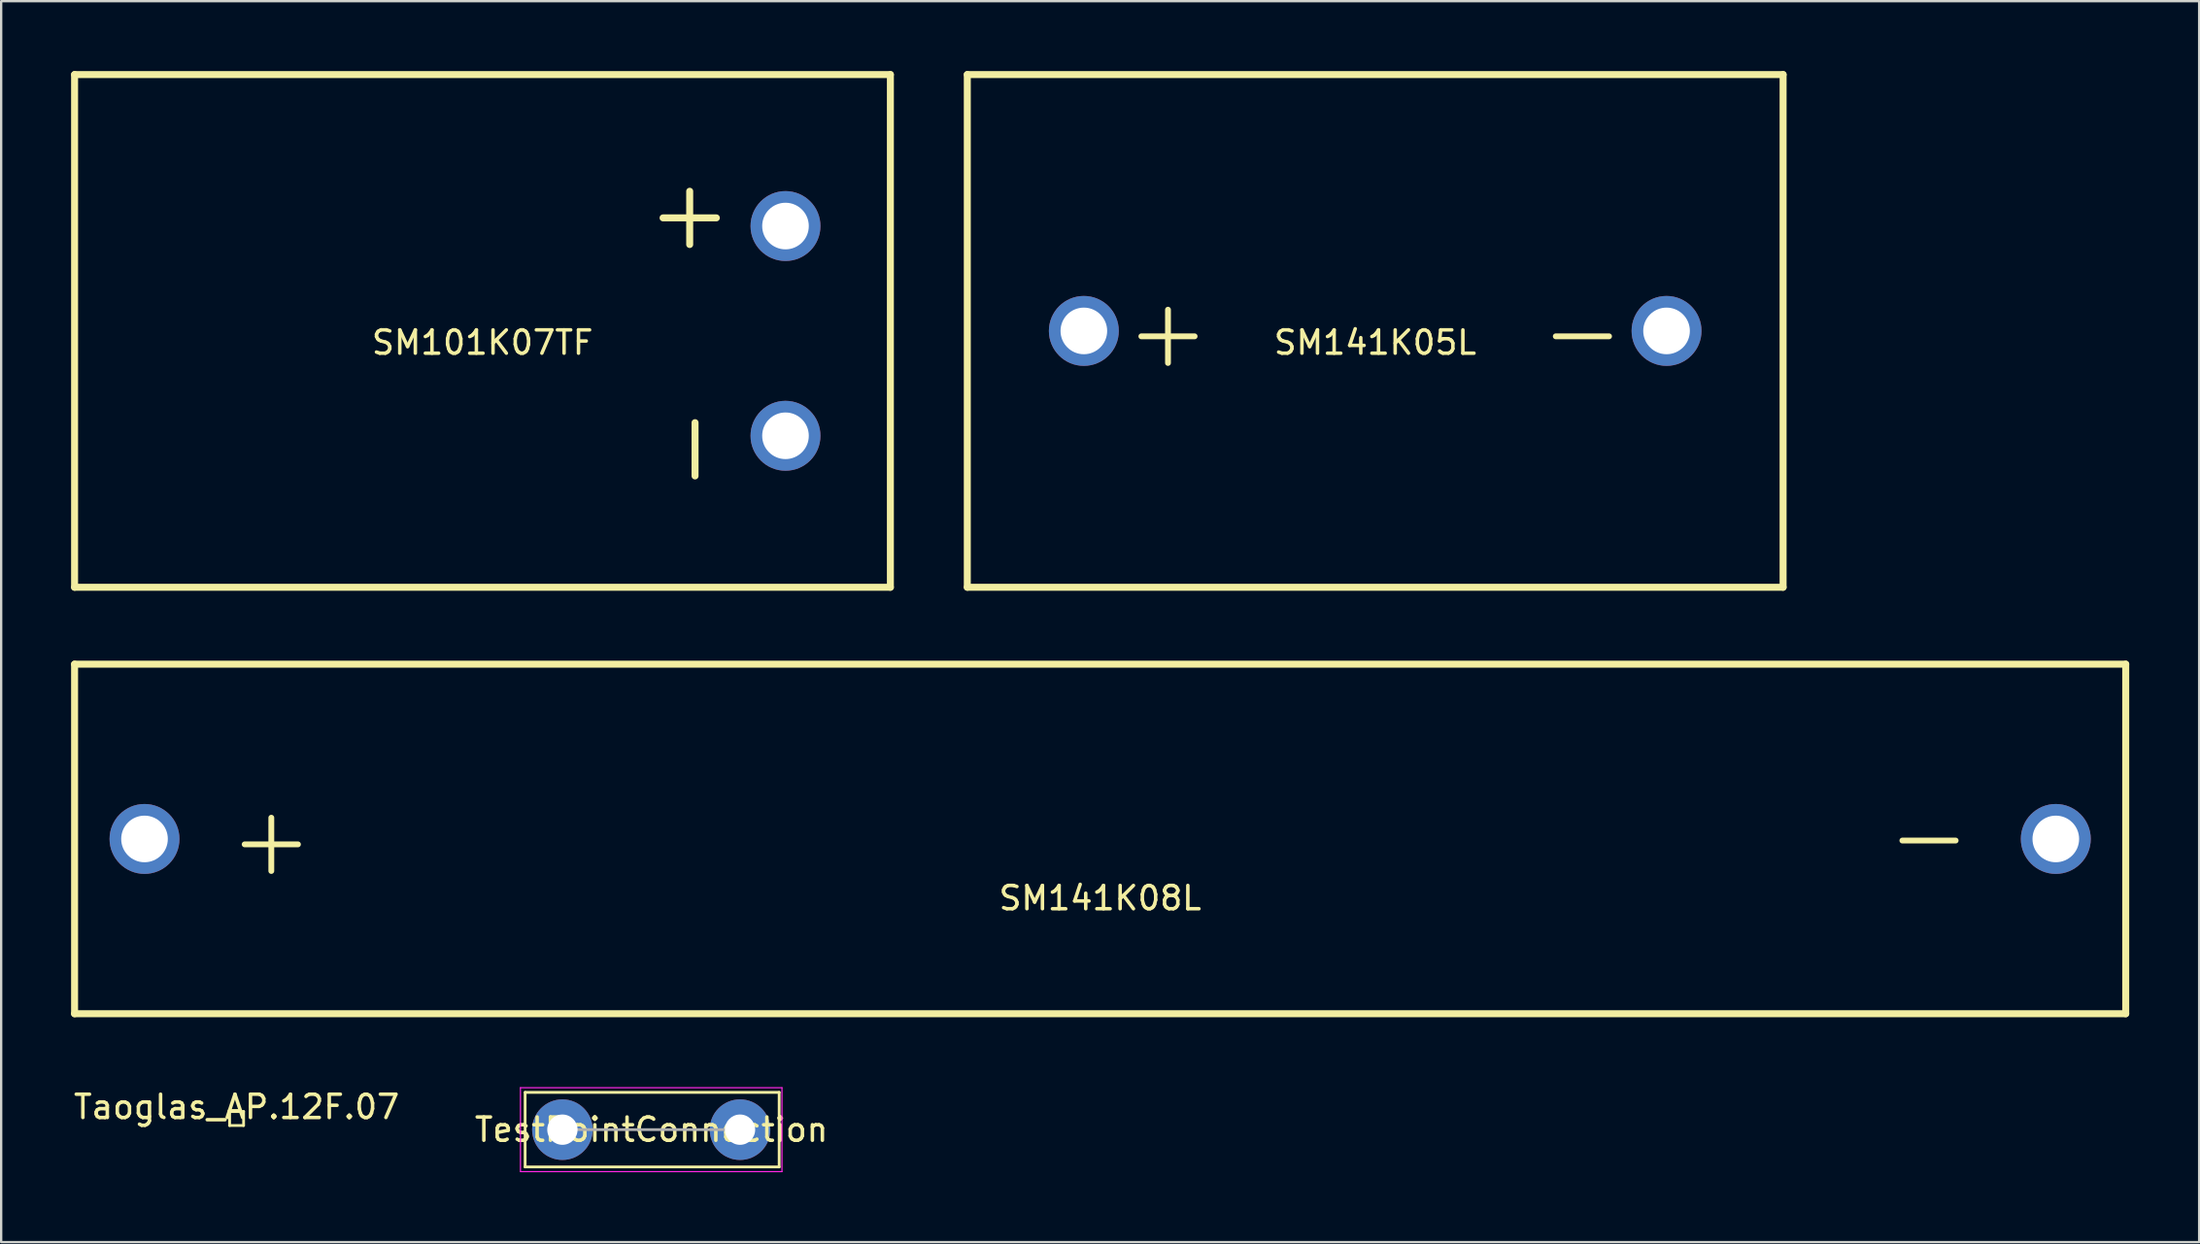
<source format=kicad_pcb>
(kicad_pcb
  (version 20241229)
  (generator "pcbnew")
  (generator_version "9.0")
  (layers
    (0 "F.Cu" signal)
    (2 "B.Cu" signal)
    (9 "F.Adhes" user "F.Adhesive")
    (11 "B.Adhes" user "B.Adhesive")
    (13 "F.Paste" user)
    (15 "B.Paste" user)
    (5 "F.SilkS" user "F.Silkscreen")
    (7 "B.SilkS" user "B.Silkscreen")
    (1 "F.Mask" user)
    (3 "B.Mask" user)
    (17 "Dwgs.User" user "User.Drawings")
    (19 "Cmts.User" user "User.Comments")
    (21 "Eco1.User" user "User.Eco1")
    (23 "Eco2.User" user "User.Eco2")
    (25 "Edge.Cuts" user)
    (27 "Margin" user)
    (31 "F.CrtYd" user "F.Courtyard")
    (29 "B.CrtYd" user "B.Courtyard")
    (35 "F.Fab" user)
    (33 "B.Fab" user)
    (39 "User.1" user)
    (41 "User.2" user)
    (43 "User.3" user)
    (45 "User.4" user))
  (footprint "TestPointConnection"
    (layer "F.Cu")
    (at 24.899 45.925)
    (property "Reference" "TestPointConnection" (at 0 -0.5 0) (unlocked yes) (layer "F.SilkS") (effects (font (size 1 1) (thickness 0.15))))
    (attr through_hole)
    (fp_line (start -5.42 -2.1) (end 5.48 -2.1) (stroke (width 0.12) (type solid)) (layer "F.SilkS"))
    (fp_line (start -5.42 1.1) (end -5.42 -2.1) (stroke (width 0.12) (type solid)) (layer "F.SilkS"))
    (fp_line (start 5.48 -2.1) (end 5.48 1.1) (stroke (width 0.12) (type solid)) (layer "F.SilkS"))
    (fp_line (start 5.48 1.1) (end -5.42 1.1) (stroke (width 0.12) (type solid)) (layer "F.SilkS"))
    (fp_line (start -5.62 -2.3) (end -5.62 1.3) (stroke (width 0.05) (type solid)) (layer "F.CrtYd"))
    (fp_line (start -5.62 -2.3) (end 5.6 -2.3) (stroke (width 0.05) (type solid)) (layer "F.CrtYd"))
    (fp_line (start 5.6 1.3) (end -5.62 1.3) (stroke (width 0.05) (type solid)) (layer "F.CrtYd"))
    (fp_line (start 5.6 1.3) (end 5.6 -2.3) (stroke (width 0.05) (type solid)) (layer "F.CrtYd"))
    (fp_line (start 3.8 -0.5) (end -3.82 -0.5) (stroke (width 0.12) (type solid)) (layer "F.Fab"))
    (pad "1" thru_hole circle (at -3.82 -0.5) (size 2.6 2.6) (drill 1.3) (layers "*.Cu" "*.Mask"))
    (pad "2" thru_hole circle (at 3.8 -0.5) (size 2.6 2.6) (drill 1.3) (layers "*.Cu" "*.Mask")))
  (footprint "SM141K08L"
    (layer "F.Cu")
    (at 44.15 32.95)
    (property "Reference" "SM141K08L" (at 0 2.54 0) (layer "F.SilkS") (effects (font (size 1 1) (thickness 0.15))))
    (attr smd)
    (fp_line (start -44 -7.5) (end -44 7.5) (stroke (width 0.3) (type solid)) (layer "F.SilkS"))
    (fp_line (start -44 -7.5) (end 44 -7.5) (stroke (width 0.3) (type solid)) (layer "F.SilkS"))
    (fp_line (start -44 7.5) (end 44 7.5) (stroke (width 0.3) (type solid)) (layer "F.SilkS"))
    (fp_line (start 44 -7.5) (end 44 7.5) (stroke (width 0.3) (type solid)) (layer "F.SilkS"))
    (fp_text user "-" (at 35.56 0 0) (layer "F.SilkS") (effects (font (size 1 3) (thickness 0.25))))
    (fp_text user "+" (at -35.56 0 0) (layer "F.SilkS") (effects (font (size 3 3) (thickness 0.25))))
    (pad "1" thru_hole circle (at -41 0) (size 3 3) (drill 2) (layers "*.Cu" "*.Mask"))
    (pad "2" thru_hole circle (at 41 0) (size 3 3) (drill 2) (layers "*.Cu" "*.Mask")))
  (footprint "Taoglas_AP.12F.07"
    (layer "F.Cu")
    (at 7.101 44.948)
    (property "Reference" "Taoglas_AP.12F.07" (at 0 -0.5 0) (unlocked yes) (layer "F.SilkS") (effects (font (size 1 1) (thickness 0.15))))
    (fp_line (start -0.304 0.299) (end 0.296 0.299) (stroke (width 0.12) (type solid)) (layer "F.SilkS"))
    (fp_line (start -0.3 -0.3) (end 0.3 -0.3) (stroke (width 0.12) (type solid)) (layer "F.SilkS"))
    (fp_line (start -0.3 0.3) (end -0.3 -0.3) (stroke (width 0.12) (type solid)) (layer "F.SilkS"))
    (fp_line (start 0.3 0.3) (end 0.3 -0.3) (stroke (width 0.12) (type solid)) (layer "F.SilkS")))
  (footprint "SM141K05L"
    (layer "F.Cu")
    (at 55.95 11.15)
    (property "Reference" "SM141K05L" (at 0 0.5 0) (layer "F.SilkS") (effects (font (size 1 1) (thickness 0.15))))
    (attr through_hole)
    (fp_line (start -17.5 -11) (end 17.5 -11) (stroke (width 0.3) (type solid)) (layer "F.SilkS"))
    (fp_line (start -17.5 11) (end -17.5 -11) (stroke (width 0.3) (type solid)) (layer "F.SilkS"))
    (fp_line (start -17.5 11) (end 17.5 11) (stroke (width 0.3) (type solid)) (layer "F.SilkS"))
    (fp_line (start 17.5 -11) (end 17.5 11) (stroke (width 0.3) (type solid)) (layer "F.SilkS"))
    (fp_text user "-" (at 8.89 0 0) (layer "F.SilkS") (effects (font (size 3 3) (thickness 0.25))))
    (fp_text user "+" (at -8.89 0 0) (layer "F.SilkS") (effects (font (size 3 3) (thickness 0.25))))
    (pad "1" thru_hole circle (at -12.5 0) (size 3 3) (drill 2) (layers "*.Cu" "*.Mask"))
    (pad "2" thru_hole circle (at 12.5 0) (size 3 3) (drill 2) (layers "*.Cu" "*.Mask")))
  (footprint "SM101K07TF"
    (layer "F.Cu")
    (at 17.65 11.15)
    (property "Reference" "SM101K07TF" (at 0 0.5 0) (layer "F.SilkS") (effects (font (size 1 1) (thickness 0.15))))
    (attr through_hole)
    (fp_line (start -17.5 -11) (end 17.5 -11) (stroke (width 0.3) (type solid)) (layer "F.SilkS"))
    (fp_line (start -17.5 11) (end -17.5 -11) (stroke (width 0.3) (type solid)) (layer "F.SilkS"))
    (fp_line (start 17.5 -11) (end 17.5 11) (stroke (width 0.3) (type solid)) (layer "F.SilkS"))
    (fp_line (start 17.5 11) (end -17.5 11) (stroke (width 0.3) (type solid)) (layer "F.SilkS"))
    (fp_text user "-" (at 8.89 5.08 90) (layer "F.SilkS") (effects (font (size 3 3) (thickness 0.3))))
    (fp_text user "+" (at 8.89 -5.08 0) (layer "F.SilkS") (effects (font (size 3 3) (thickness 0.3))))
    (pad "1" thru_hole circle (at 13 -4.5) (size 3 3) (drill 2) (layers "*.Cu" "*.Mask"))
    (pad "2" thru_hole circle (at 13 4.5) (size 3 3) (drill 2) (layers "*.Cu" "*.Mask")))
  (gr_rect
    (start -3 -3)
    (end 91.3 50.25)
    (stroke (width 0.1) (type default))
    (fill no)
    (layer "Edge.Cuts")))
</source>
